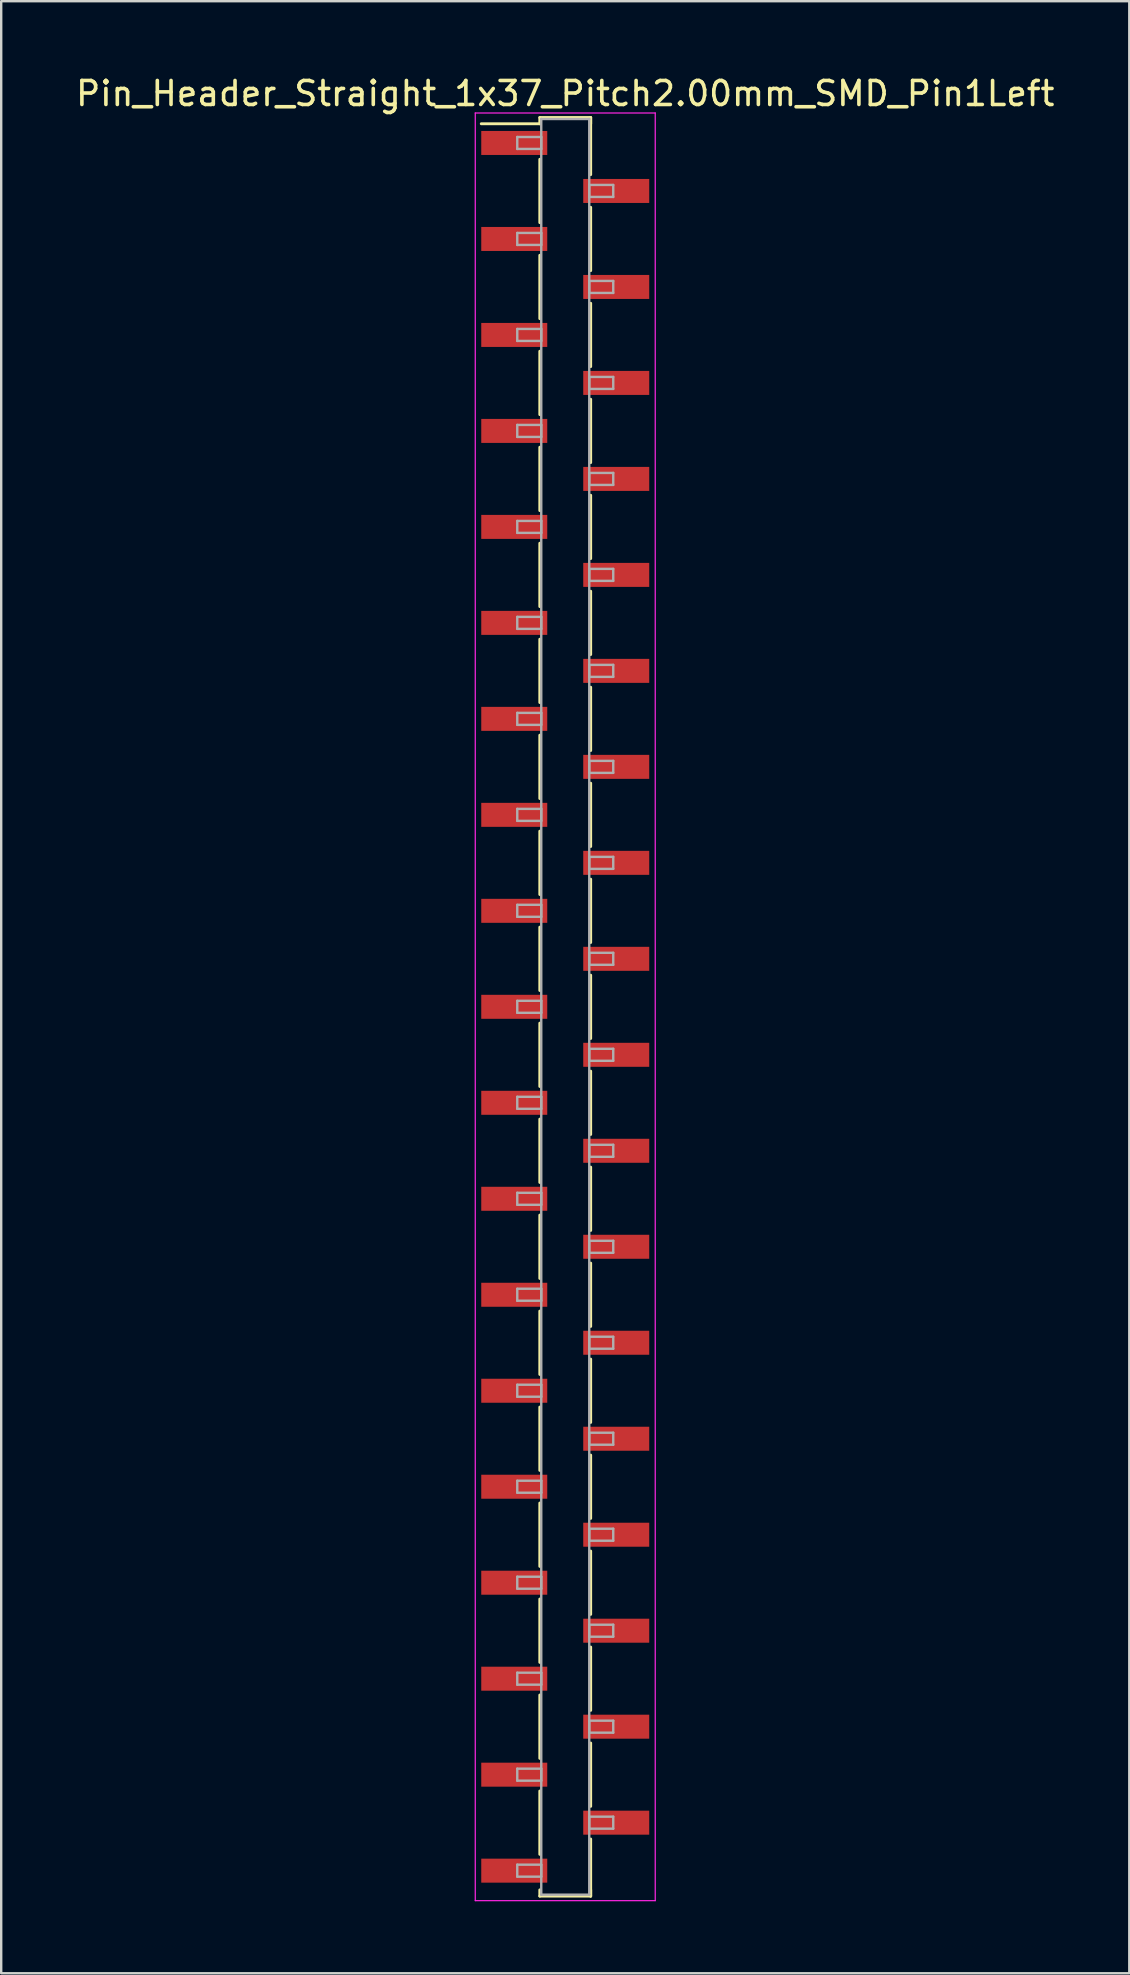
<source format=kicad_pcb>
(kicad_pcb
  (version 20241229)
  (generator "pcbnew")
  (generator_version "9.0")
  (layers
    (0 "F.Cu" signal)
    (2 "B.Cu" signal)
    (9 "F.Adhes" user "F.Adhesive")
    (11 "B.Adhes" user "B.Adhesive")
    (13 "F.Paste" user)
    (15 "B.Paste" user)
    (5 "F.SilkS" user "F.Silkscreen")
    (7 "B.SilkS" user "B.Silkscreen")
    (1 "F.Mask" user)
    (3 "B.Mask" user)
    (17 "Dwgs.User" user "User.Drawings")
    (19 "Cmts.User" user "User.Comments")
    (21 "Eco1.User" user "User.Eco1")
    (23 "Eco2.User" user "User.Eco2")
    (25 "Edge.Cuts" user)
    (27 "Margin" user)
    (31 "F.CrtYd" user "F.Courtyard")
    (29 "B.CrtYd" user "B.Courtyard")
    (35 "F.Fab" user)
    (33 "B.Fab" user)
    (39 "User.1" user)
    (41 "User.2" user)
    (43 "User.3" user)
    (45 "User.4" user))
  (footprint "Pin_Header_Straight_1x37_Pitch2.00mm_SMD_Pin1Left"
    (layer "F.Cu")
    (at 20.506 38.908)
    (property "Reference" "Pin_Header_Straight_1x37_Pitch2.00mm_SMD_Pin1Left" (at 0 -38.06 0) (layer "F.SilkS") (effects (font (size 1 1) (thickness 0.15))))
    (attr smd)
    (fp_line (start -1.06 -37.06) (end 1.06 -37.06) (stroke (width 0.12) (type solid)) (layer "F.SilkS"))
    (fp_line (start -1.06 -36.8) (end -3.5 -36.8) (stroke (width 0.12) (type solid)) (layer "F.SilkS"))
    (fp_line (start -1.06 -36.8) (end -1.06 -37.06) (stroke (width 0.12) (type solid)) (layer "F.SilkS"))
    (fp_line (start -1.06 -35.32) (end -1.06 -32.68) (stroke (width 0.12) (type solid)) (layer "F.SilkS"))
    (fp_line (start -1.06 -31.32) (end -1.06 -28.68) (stroke (width 0.12) (type solid)) (layer "F.SilkS"))
    (fp_line (start -1.06 -27.32) (end -1.06 -24.68) (stroke (width 0.12) (type solid)) (layer "F.SilkS"))
    (fp_line (start -1.06 -23.32) (end -1.06 -20.68) (stroke (width 0.12) (type solid)) (layer "F.SilkS"))
    (fp_line (start -1.06 -19.32) (end -1.06 -16.68) (stroke (width 0.12) (type solid)) (layer "F.SilkS"))
    (fp_line (start -1.06 -15.32) (end -1.06 -12.68) (stroke (width 0.12) (type solid)) (layer "F.SilkS"))
    (fp_line (start -1.06 -11.32) (end -1.06 -8.68) (stroke (width 0.12) (type solid)) (layer "F.SilkS"))
    (fp_line (start -1.06 -7.32) (end -1.06 -4.68) (stroke (width 0.12) (type solid)) (layer "F.SilkS"))
    (fp_line (start -1.06 -3.32) (end -1.06 -0.68) (stroke (width 0.12) (type solid)) (layer "F.SilkS"))
    (fp_line (start -1.06 0.68) (end -1.06 3.32) (stroke (width 0.12) (type solid)) (layer "F.SilkS"))
    (fp_line (start -1.06 4.68) (end -1.06 7.32) (stroke (width 0.12) (type solid)) (layer "F.SilkS"))
    (fp_line (start -1.06 8.68) (end -1.06 11.32) (stroke (width 0.12) (type solid)) (layer "F.SilkS"))
    (fp_line (start -1.06 12.68) (end -1.06 15.32) (stroke (width 0.12) (type solid)) (layer "F.SilkS"))
    (fp_line (start -1.06 16.68) (end -1.06 19.32) (stroke (width 0.12) (type solid)) (layer "F.SilkS"))
    (fp_line (start -1.06 20.68) (end -1.06 23.32) (stroke (width 0.12) (type solid)) (layer "F.SilkS"))
    (fp_line (start -1.06 24.68) (end -1.06 27.32) (stroke (width 0.12) (type solid)) (layer "F.SilkS"))
    (fp_line (start -1.06 28.68) (end -1.06 31.32) (stroke (width 0.12) (type solid)) (layer "F.SilkS"))
    (fp_line (start -1.06 32.68) (end -1.06 35.32) (stroke (width 0.12) (type solid)) (layer "F.SilkS"))
    (fp_line (start -1.06 36.8) (end -1.06 37.06) (stroke (width 0.12) (type solid)) (layer "F.SilkS"))
    (fp_line (start -1.06 37.06) (end 1.06 37.06) (stroke (width 0.12) (type solid)) (layer "F.SilkS"))
    (fp_line (start 1.06 -37.06) (end 1.06 -36.8) (stroke (width 0.12) (type solid)) (layer "F.SilkS"))
    (fp_line (start 1.06 -37.06) (end 1.06 -34.68) (stroke (width 0.12) (type solid)) (layer "F.SilkS"))
    (fp_line (start 1.06 -33.32) (end 1.06 -30.68) (stroke (width 0.12) (type solid)) (layer "F.SilkS"))
    (fp_line (start 1.06 -29.32) (end 1.06 -26.68) (stroke (width 0.12) (type solid)) (layer "F.SilkS"))
    (fp_line (start 1.06 -25.32) (end 1.06 -22.68) (stroke (width 0.12) (type solid)) (layer "F.SilkS"))
    (fp_line (start 1.06 -21.32) (end 1.06 -18.68) (stroke (width 0.12) (type solid)) (layer "F.SilkS"))
    (fp_line (start 1.06 -17.32) (end 1.06 -14.68) (stroke (width 0.12) (type solid)) (layer "F.SilkS"))
    (fp_line (start 1.06 -13.32) (end 1.06 -10.68) (stroke (width 0.12) (type solid)) (layer "F.SilkS"))
    (fp_line (start 1.06 -9.32) (end 1.06 -6.68) (stroke (width 0.12) (type solid)) (layer "F.SilkS"))
    (fp_line (start 1.06 -5.32) (end 1.06 -2.68) (stroke (width 0.12) (type solid)) (layer "F.SilkS"))
    (fp_line (start 1.06 -1.32) (end 1.06 1.32) (stroke (width 0.12) (type solid)) (layer "F.SilkS"))
    (fp_line (start 1.06 2.68) (end 1.06 5.32) (stroke (width 0.12) (type solid)) (layer "F.SilkS"))
    (fp_line (start 1.06 6.68) (end 1.06 9.32) (stroke (width 0.12) (type solid)) (layer "F.SilkS"))
    (fp_line (start 1.06 10.68) (end 1.06 13.32) (stroke (width 0.12) (type solid)) (layer "F.SilkS"))
    (fp_line (start 1.06 14.68) (end 1.06 17.32) (stroke (width 0.12) (type solid)) (layer "F.SilkS"))
    (fp_line (start 1.06 18.68) (end 1.06 21.32) (stroke (width 0.12) (type solid)) (layer "F.SilkS"))
    (fp_line (start 1.06 22.68) (end 1.06 25.32) (stroke (width 0.12) (type solid)) (layer "F.SilkS"))
    (fp_line (start 1.06 26.68) (end 1.06 29.32) (stroke (width 0.12) (type solid)) (layer "F.SilkS"))
    (fp_line (start 1.06 30.68) (end 1.06 33.32) (stroke (width 0.12) (type solid)) (layer "F.SilkS"))
    (fp_line (start 1.06 34.68) (end 1.06 37.06) (stroke (width 0.12) (type solid)) (layer "F.SilkS"))
    (fp_line (start 1.06 37.06) (end 1.06 36.8) (stroke (width 0.12) (type solid)) (layer "F.SilkS"))
    (fp_line (start -3.75 -37.25) (end -3.75 37.25) (stroke (width 0.05) (type solid)) (layer "F.CrtYd"))
    (fp_line (start -3.75 37.25) (end 3.75 37.25) (stroke (width 0.05) (type solid)) (layer "F.CrtYd"))
    (fp_line (start 3.75 -37.25) (end -3.75 -37.25) (stroke (width 0.05) (type solid)) (layer "F.CrtYd"))
    (fp_line (start 3.75 37.25) (end 3.75 -37.25) (stroke (width 0.05) (type solid)) (layer "F.CrtYd"))
    (fp_line (start -2 -36.25) (end -1 -36.25) (stroke (width 0.1) (type solid)) (layer "F.Fab"))
    (fp_line (start -2 -35.75) (end -2 -36.25) (stroke (width 0.1) (type solid)) (layer "F.Fab"))
    (fp_line (start -2 -32.25) (end -1 -32.25) (stroke (width 0.1) (type solid)) (layer "F.Fab"))
    (fp_line (start -2 -31.75) (end -2 -32.25) (stroke (width 0.1) (type solid)) (layer "F.Fab"))
    (fp_line (start -2 -28.25) (end -1 -28.25) (stroke (width 0.1) (type solid)) (layer "F.Fab"))
    (fp_line (start -2 -27.75) (end -2 -28.25) (stroke (width 0.1) (type solid)) (layer "F.Fab"))
    (fp_line (start -2 -24.25) (end -1 -24.25) (stroke (width 0.1) (type solid)) (layer "F.Fab"))
    (fp_line (start -2 -23.75) (end -2 -24.25) (stroke (width 0.1) (type solid)) (layer "F.Fab"))
    (fp_line (start -2 -20.25) (end -1 -20.25) (stroke (width 0.1) (type solid)) (layer "F.Fab"))
    (fp_line (start -2 -19.75) (end -2 -20.25) (stroke (width 0.1) (type solid)) (layer "F.Fab"))
    (fp_line (start -2 -16.25) (end -1 -16.25) (stroke (width 0.1) (type solid)) (layer "F.Fab"))
    (fp_line (start -2 -15.75) (end -2 -16.25) (stroke (width 0.1) (type solid)) (layer "F.Fab"))
    (fp_line (start -2 -12.25) (end -1 -12.25) (stroke (width 0.1) (type solid)) (layer "F.Fab"))
    (fp_line (start -2 -11.75) (end -2 -12.25) (stroke (width 0.1) (type solid)) (layer "F.Fab"))
    (fp_line (start -2 -8.25) (end -1 -8.25) (stroke (width 0.1) (type solid)) (layer "F.Fab"))
    (fp_line (start -2 -7.75) (end -2 -8.25) (stroke (width 0.1) (type solid)) (layer "F.Fab"))
    (fp_line (start -2 -4.25) (end -1 -4.25) (stroke (width 0.1) (type solid)) (layer "F.Fab"))
    (fp_line (start -2 -3.75) (end -2 -4.25) (stroke (width 0.1) (type solid)) (layer "F.Fab"))
    (fp_line (start -2 -0.25) (end -1 -0.25) (stroke (width 0.1) (type solid)) (layer "F.Fab"))
    (fp_line (start -2 0.25) (end -2 -0.25) (stroke (width 0.1) (type solid)) (layer "F.Fab"))
    (fp_line (start -2 3.75) (end -1 3.75) (stroke (width 0.1) (type solid)) (layer "F.Fab"))
    (fp_line (start -2 4.25) (end -2 3.75) (stroke (width 0.1) (type solid)) (layer "F.Fab"))
    (fp_line (start -2 7.75) (end -1 7.75) (stroke (width 0.1) (type solid)) (layer "F.Fab"))
    (fp_line (start -2 8.25) (end -2 7.75) (stroke (width 0.1) (type solid)) (layer "F.Fab"))
    (fp_line (start -2 11.75) (end -1 11.75) (stroke (width 0.1) (type solid)) (layer "F.Fab"))
    (fp_line (start -2 12.25) (end -2 11.75) (stroke (width 0.1) (type solid)) (layer "F.Fab"))
    (fp_line (start -2 15.75) (end -1 15.75) (stroke (width 0.1) (type solid)) (layer "F.Fab"))
    (fp_line (start -2 16.25) (end -2 15.75) (stroke (width 0.1) (type solid)) (layer "F.Fab"))
    (fp_line (start -2 19.75) (end -1 19.75) (stroke (width 0.1) (type solid)) (layer "F.Fab"))
    (fp_line (start -2 20.25) (end -2 19.75) (stroke (width 0.1) (type solid)) (layer "F.Fab"))
    (fp_line (start -2 23.75) (end -1 23.75) (stroke (width 0.1) (type solid)) (layer "F.Fab"))
    (fp_line (start -2 24.25) (end -2 23.75) (stroke (width 0.1) (type solid)) (layer "F.Fab"))
    (fp_line (start -2 27.75) (end -1 27.75) (stroke (width 0.1) (type solid)) (layer "F.Fab"))
    (fp_line (start -2 28.25) (end -2 27.75) (stroke (width 0.1) (type solid)) (layer "F.Fab"))
    (fp_line (start -2 31.75) (end -1 31.75) (stroke (width 0.1) (type solid)) (layer "F.Fab"))
    (fp_line (start -2 32.25) (end -2 31.75) (stroke (width 0.1) (type solid)) (layer "F.Fab"))
    (fp_line (start -2 35.75) (end -1 35.75) (stroke (width 0.1) (type solid)) (layer "F.Fab"))
    (fp_line (start -2 36.25) (end -2 35.75) (stroke (width 0.1) (type solid)) (layer "F.Fab"))
    (fp_line (start -1 -37) (end -1 37) (stroke (width 0.1) (type solid)) (layer "F.Fab"))
    (fp_line (start -1 -36.25) (end -1 -35.75) (stroke (width 0.1) (type solid)) (layer "F.Fab"))
    (fp_line (start -1 -35.75) (end -2 -35.75) (stroke (width 0.1) (type solid)) (layer "F.Fab"))
    (fp_line (start -1 -32.25) (end -1 -31.75) (stroke (width 0.1) (type solid)) (layer "F.Fab"))
    (fp_line (start -1 -31.75) (end -2 -31.75) (stroke (width 0.1) (type solid)) (layer "F.Fab"))
    (fp_line (start -1 -28.25) (end -1 -27.75) (stroke (width 0.1) (type solid)) (layer "F.Fab"))
    (fp_line (start -1 -27.75) (end -2 -27.75) (stroke (width 0.1) (type solid)) (layer "F.Fab"))
    (fp_line (start -1 -24.25) (end -1 -23.75) (stroke (width 0.1) (type solid)) (layer "F.Fab"))
    (fp_line (start -1 -23.75) (end -2 -23.75) (stroke (width 0.1) (type solid)) (layer "F.Fab"))
    (fp_line (start -1 -20.25) (end -1 -19.75) (stroke (width 0.1) (type solid)) (layer "F.Fab"))
    (fp_line (start -1 -19.75) (end -2 -19.75) (stroke (width 0.1) (type solid)) (layer "F.Fab"))
    (fp_line (start -1 -16.25) (end -1 -15.75) (stroke (width 0.1) (type solid)) (layer "F.Fab"))
    (fp_line (start -1 -15.75) (end -2 -15.75) (stroke (width 0.1) (type solid)) (layer "F.Fab"))
    (fp_line (start -1 -12.25) (end -1 -11.75) (stroke (width 0.1) (type solid)) (layer "F.Fab"))
    (fp_line (start -1 -11.75) (end -2 -11.75) (stroke (width 0.1) (type solid)) (layer "F.Fab"))
    (fp_line (start -1 -8.25) (end -1 -7.75) (stroke (width 0.1) (type solid)) (layer "F.Fab"))
    (fp_line (start -1 -7.75) (end -2 -7.75) (stroke (width 0.1) (type solid)) (layer "F.Fab"))
    (fp_line (start -1 -4.25) (end -1 -3.75) (stroke (width 0.1) (type solid)) (layer "F.Fab"))
    (fp_line (start -1 -3.75) (end -2 -3.75) (stroke (width 0.1) (type solid)) (layer "F.Fab"))
    (fp_line (start -1 -0.25) (end -1 0.25) (stroke (width 0.1) (type solid)) (layer "F.Fab"))
    (fp_line (start -1 0.25) (end -2 0.25) (stroke (width 0.1) (type solid)) (layer "F.Fab"))
    (fp_line (start -1 3.75) (end -1 4.25) (stroke (width 0.1) (type solid)) (layer "F.Fab"))
    (fp_line (start -1 4.25) (end -2 4.25) (stroke (width 0.1) (type solid)) (layer "F.Fab"))
    (fp_line (start -1 7.75) (end -1 8.25) (stroke (width 0.1) (type solid)) (layer "F.Fab"))
    (fp_line (start -1 8.25) (end -2 8.25) (stroke (width 0.1) (type solid)) (layer "F.Fab"))
    (fp_line (start -1 11.75) (end -1 12.25) (stroke (width 0.1) (type solid)) (layer "F.Fab"))
    (fp_line (start -1 12.25) (end -2 12.25) (stroke (width 0.1) (type solid)) (layer "F.Fab"))
    (fp_line (start -1 15.75) (end -1 16.25) (stroke (width 0.1) (type solid)) (layer "F.Fab"))
    (fp_line (start -1 16.25) (end -2 16.25) (stroke (width 0.1) (type solid)) (layer "F.Fab"))
    (fp_line (start -1 19.75) (end -1 20.25) (stroke (width 0.1) (type solid)) (layer "F.Fab"))
    (fp_line (start -1 20.25) (end -2 20.25) (stroke (width 0.1) (type solid)) (layer "F.Fab"))
    (fp_line (start -1 23.75) (end -1 24.25) (stroke (width 0.1) (type solid)) (layer "F.Fab"))
    (fp_line (start -1 24.25) (end -2 24.25) (stroke (width 0.1) (type solid)) (layer "F.Fab"))
    (fp_line (start -1 27.75) (end -1 28.25) (stroke (width 0.1) (type solid)) (layer "F.Fab"))
    (fp_line (start -1 28.25) (end -2 28.25) (stroke (width 0.1) (type solid)) (layer "F.Fab"))
    (fp_line (start -1 31.75) (end -1 32.25) (stroke (width 0.1) (type solid)) (layer "F.Fab"))
    (fp_line (start -1 32.25) (end -2 32.25) (stroke (width 0.1) (type solid)) (layer "F.Fab"))
    (fp_line (start -1 35.75) (end -1 36.25) (stroke (width 0.1) (type solid)) (layer "F.Fab"))
    (fp_line (start -1 36.25) (end -2 36.25) (stroke (width 0.1) (type solid)) (layer "F.Fab"))
    (fp_line (start -1 37) (end 1 37) (stroke (width 0.1) (type solid)) (layer "F.Fab"))
    (fp_line (start 1 -37) (end -1 -37) (stroke (width 0.1) (type solid)) (layer "F.Fab"))
    (fp_line (start 1 -34.25) (end 1 -33.75) (stroke (width 0.1) (type solid)) (layer "F.Fab"))
    (fp_line (start 1 -33.75) (end 2 -33.75) (stroke (width 0.1) (type solid)) (layer "F.Fab"))
    (fp_line (start 1 -30.25) (end 1 -29.75) (stroke (width 0.1) (type solid)) (layer "F.Fab"))
    (fp_line (start 1 -29.75) (end 2 -29.75) (stroke (width 0.1) (type solid)) (layer "F.Fab"))
    (fp_line (start 1 -26.25) (end 1 -25.75) (stroke (width 0.1) (type solid)) (layer "F.Fab"))
    (fp_line (start 1 -25.75) (end 2 -25.75) (stroke (width 0.1) (type solid)) (layer "F.Fab"))
    (fp_line (start 1 -22.25) (end 1 -21.75) (stroke (width 0.1) (type solid)) (layer "F.Fab"))
    (fp_line (start 1 -21.75) (end 2 -21.75) (stroke (width 0.1) (type solid)) (layer "F.Fab"))
    (fp_line (start 1 -18.25) (end 1 -17.75) (stroke (width 0.1) (type solid)) (layer "F.Fab"))
    (fp_line (start 1 -17.75) (end 2 -17.75) (stroke (width 0.1) (type solid)) (layer "F.Fab"))
    (fp_line (start 1 -14.25) (end 1 -13.75) (stroke (width 0.1) (type solid)) (layer "F.Fab"))
    (fp_line (start 1 -13.75) (end 2 -13.75) (stroke (width 0.1) (type solid)) (layer "F.Fab"))
    (fp_line (start 1 -10.25) (end 1 -9.75) (stroke (width 0.1) (type solid)) (layer "F.Fab"))
    (fp_line (start 1 -9.75) (end 2 -9.75) (stroke (width 0.1) (type solid)) (layer "F.Fab"))
    (fp_line (start 1 -6.25) (end 1 -5.75) (stroke (width 0.1) (type solid)) (layer "F.Fab"))
    (fp_line (start 1 -5.75) (end 2 -5.75) (stroke (width 0.1) (type solid)) (layer "F.Fab"))
    (fp_line (start 1 -2.25) (end 1 -1.75) (stroke (width 0.1) (type solid)) (layer "F.Fab"))
    (fp_line (start 1 -1.75) (end 2 -1.75) (stroke (width 0.1) (type solid)) (layer "F.Fab"))
    (fp_line (start 1 1.75) (end 1 2.25) (stroke (width 0.1) (type solid)) (layer "F.Fab"))
    (fp_line (start 1 2.25) (end 2 2.25) (stroke (width 0.1) (type solid)) (layer "F.Fab"))
    (fp_line (start 1 5.75) (end 1 6.25) (stroke (width 0.1) (type solid)) (layer "F.Fab"))
    (fp_line (start 1 6.25) (end 2 6.25) (stroke (width 0.1) (type solid)) (layer "F.Fab"))
    (fp_line (start 1 9.75) (end 1 10.25) (stroke (width 0.1) (type solid)) (layer "F.Fab"))
    (fp_line (start 1 10.25) (end 2 10.25) (stroke (width 0.1) (type solid)) (layer "F.Fab"))
    (fp_line (start 1 13.75) (end 1 14.25) (stroke (width 0.1) (type solid)) (layer "F.Fab"))
    (fp_line (start 1 14.25) (end 2 14.25) (stroke (width 0.1) (type solid)) (layer "F.Fab"))
    (fp_line (start 1 17.75) (end 1 18.25) (stroke (width 0.1) (type solid)) (layer "F.Fab"))
    (fp_line (start 1 18.25) (end 2 18.25) (stroke (width 0.1) (type solid)) (layer "F.Fab"))
    (fp_line (start 1 21.75) (end 1 22.25) (stroke (width 0.1) (type solid)) (layer "F.Fab"))
    (fp_line (start 1 22.25) (end 2 22.25) (stroke (width 0.1) (type solid)) (layer "F.Fab"))
    (fp_line (start 1 25.75) (end 1 26.25) (stroke (width 0.1) (type solid)) (layer "F.Fab"))
    (fp_line (start 1 26.25) (end 2 26.25) (stroke (width 0.1) (type solid)) (layer "F.Fab"))
    (fp_line (start 1 29.75) (end 1 30.25) (stroke (width 0.1) (type solid)) (layer "F.Fab"))
    (fp_line (start 1 30.25) (end 2 30.25) (stroke (width 0.1) (type solid)) (layer "F.Fab"))
    (fp_line (start 1 33.75) (end 1 34.25) (stroke (width 0.1) (type solid)) (layer "F.Fab"))
    (fp_line (start 1 34.25) (end 2 34.25) (stroke (width 0.1) (type solid)) (layer "F.Fab"))
    (fp_line (start 1 37) (end 1 -37) (stroke (width 0.1) (type solid)) (layer "F.Fab"))
    (fp_line (start 2 -34.25) (end 1 -34.25) (stroke (width 0.1) (type solid)) (layer "F.Fab"))
    (fp_line (start 2 -33.75) (end 2 -34.25) (stroke (width 0.1) (type solid)) (layer "F.Fab"))
    (fp_line (start 2 -30.25) (end 1 -30.25) (stroke (width 0.1) (type solid)) (layer "F.Fab"))
    (fp_line (start 2 -29.75) (end 2 -30.25) (stroke (width 0.1) (type solid)) (layer "F.Fab"))
    (fp_line (start 2 -26.25) (end 1 -26.25) (stroke (width 0.1) (type solid)) (layer "F.Fab"))
    (fp_line (start 2 -25.75) (end 2 -26.25) (stroke (width 0.1) (type solid)) (layer "F.Fab"))
    (fp_line (start 2 -22.25) (end 1 -22.25) (stroke (width 0.1) (type solid)) (layer "F.Fab"))
    (fp_line (start 2 -21.75) (end 2 -22.25) (stroke (width 0.1) (type solid)) (layer "F.Fab"))
    (fp_line (start 2 -18.25) (end 1 -18.25) (stroke (width 0.1) (type solid)) (layer "F.Fab"))
    (fp_line (start 2 -17.75) (end 2 -18.25) (stroke (width 0.1) (type solid)) (layer "F.Fab"))
    (fp_line (start 2 -14.25) (end 1 -14.25) (stroke (width 0.1) (type solid)) (layer "F.Fab"))
    (fp_line (start 2 -13.75) (end 2 -14.25) (stroke (width 0.1) (type solid)) (layer "F.Fab"))
    (fp_line (start 2 -10.25) (end 1 -10.25) (stroke (width 0.1) (type solid)) (layer "F.Fab"))
    (fp_line (start 2 -9.75) (end 2 -10.25) (stroke (width 0.1) (type solid)) (layer "F.Fab"))
    (fp_line (start 2 -6.25) (end 1 -6.25) (stroke (width 0.1) (type solid)) (layer "F.Fab"))
    (fp_line (start 2 -5.75) (end 2 -6.25) (stroke (width 0.1) (type solid)) (layer "F.Fab"))
    (fp_line (start 2 -2.25) (end 1 -2.25) (stroke (width 0.1) (type solid)) (layer "F.Fab"))
    (fp_line (start 2 -1.75) (end 2 -2.25) (stroke (width 0.1) (type solid)) (layer "F.Fab"))
    (fp_line (start 2 1.75) (end 1 1.75) (stroke (width 0.1) (type solid)) (layer "F.Fab"))
    (fp_line (start 2 2.25) (end 2 1.75) (stroke (width 0.1) (type solid)) (layer "F.Fab"))
    (fp_line (start 2 5.75) (end 1 5.75) (stroke (width 0.1) (type solid)) (layer "F.Fab"))
    (fp_line (start 2 6.25) (end 2 5.75) (stroke (width 0.1) (type solid)) (layer "F.Fab"))
    (fp_line (start 2 9.75) (end 1 9.75) (stroke (width 0.1) (type solid)) (layer "F.Fab"))
    (fp_line (start 2 10.25) (end 2 9.75) (stroke (width 0.1) (type solid)) (layer "F.Fab"))
    (fp_line (start 2 13.75) (end 1 13.75) (stroke (width 0.1) (type solid)) (layer "F.Fab"))
    (fp_line (start 2 14.25) (end 2 13.75) (stroke (width 0.1) (type solid)) (layer "F.Fab"))
    (fp_line (start 2 17.75) (end 1 17.75) (stroke (width 0.1) (type solid)) (layer "F.Fab"))
    (fp_line (start 2 18.25) (end 2 17.75) (stroke (width 0.1) (type solid)) (layer "F.Fab"))
    (fp_line (start 2 21.75) (end 1 21.75) (stroke (width 0.1) (type solid)) (layer "F.Fab"))
    (fp_line (start 2 22.25) (end 2 21.75) (stroke (width 0.1) (type solid)) (layer "F.Fab"))
    (fp_line (start 2 25.75) (end 1 25.75) (stroke (width 0.1) (type solid)) (layer "F.Fab"))
    (fp_line (start 2 26.25) (end 2 25.75) (stroke (width 0.1) (type solid)) (layer "F.Fab"))
    (fp_line (start 2 29.75) (end 1 29.75) (stroke (width 0.1) (type solid)) (layer "F.Fab"))
    (fp_line (start 2 30.25) (end 2 29.75) (stroke (width 0.1) (type solid)) (layer "F.Fab"))
    (fp_line (start 2 33.75) (end 1 33.75) (stroke (width 0.1) (type solid)) (layer "F.Fab"))
    (fp_line (start 2 34.25) (end 2 33.75) (stroke (width 0.1) (type solid)) (layer "F.Fab"))
    (pad "1" smd rect (at -2.125 -36) (size 2.75 1) (layers "F.Cu" "F.Mask"))
    (pad "2" smd rect (at 2.125 -34) (size 2.75 1) (layers "F.Cu" "F.Mask"))
    (pad "3" smd rect (at -2.125 -32) (size 2.75 1) (layers "F.Cu" "F.Mask"))
    (pad "4" smd rect (at 2.125 -30) (size 2.75 1) (layers "F.Cu" "F.Mask"))
    (pad "5" smd rect (at -2.125 -28) (size 2.75 1) (layers "F.Cu" "F.Mask"))
    (pad "6" smd rect (at 2.125 -26) (size 2.75 1) (layers "F.Cu" "F.Mask"))
    (pad "7" smd rect (at -2.125 -24) (size 2.75 1) (layers "F.Cu" "F.Mask"))
    (pad "8" smd rect (at 2.125 -22) (size 2.75 1) (layers "F.Cu" "F.Mask"))
    (pad "9" smd rect (at -2.125 -20) (size 2.75 1) (layers "F.Cu" "F.Mask"))
    (pad "10" smd rect (at 2.125 -18) (size 2.75 1) (layers "F.Cu" "F.Mask"))
    (pad "11" smd rect (at -2.125 -16) (size 2.75 1) (layers "F.Cu" "F.Mask"))
    (pad "12" smd rect (at 2.125 -14) (size 2.75 1) (layers "F.Cu" "F.Mask"))
    (pad "13" smd rect (at -2.125 -12) (size 2.75 1) (layers "F.Cu" "F.Mask"))
    (pad "14" smd rect (at 2.125 -10) (size 2.75 1) (layers "F.Cu" "F.Mask"))
    (pad "15" smd rect (at -2.125 -8) (size 2.75 1) (layers "F.Cu" "F.Mask"))
    (pad "16" smd rect (at 2.125 -6) (size 2.75 1) (layers "F.Cu" "F.Mask"))
    (pad "17" smd rect (at -2.125 -4) (size 2.75 1) (layers "F.Cu" "F.Mask"))
    (pad "18" smd rect (at 2.125 -2) (size 2.75 1) (layers "F.Cu" "F.Mask"))
    (pad "19" smd rect (at -2.125 0) (size 2.75 1) (layers "F.Cu" "F.Mask"))
    (pad "20" smd rect (at 2.125 2) (size 2.75 1) (layers "F.Cu" "F.Mask"))
    (pad "21" smd rect (at -2.125 4) (size 2.75 1) (layers "F.Cu" "F.Mask"))
    (pad "22" smd rect (at 2.125 6) (size 2.75 1) (layers "F.Cu" "F.Mask"))
    (pad "23" smd rect (at -2.125 8) (size 2.75 1) (layers "F.Cu" "F.Mask"))
    (pad "24" smd rect (at 2.125 10) (size 2.75 1) (layers "F.Cu" "F.Mask"))
    (pad "25" smd rect (at -2.125 12) (size 2.75 1) (layers "F.Cu" "F.Mask"))
    (pad "26" smd rect (at 2.125 14) (size 2.75 1) (layers "F.Cu" "F.Mask"))
    (pad "27" smd rect (at -2.125 16) (size 2.75 1) (layers "F.Cu" "F.Mask"))
    (pad "28" smd rect (at 2.125 18) (size 2.75 1) (layers "F.Cu" "F.Mask"))
    (pad "29" smd rect (at -2.125 20) (size 2.75 1) (layers "F.Cu" "F.Mask"))
    (pad "30" smd rect (at 2.125 22) (size 2.75 1) (layers "F.Cu" "F.Mask"))
    (pad "31" smd rect (at -2.125 24) (size 2.75 1) (layers "F.Cu" "F.Mask"))
    (pad "32" smd rect (at 2.125 26) (size 2.75 1) (layers "F.Cu" "F.Mask"))
    (pad "33" smd rect (at -2.125 28) (size 2.75 1) (layers "F.Cu" "F.Mask"))
    (pad "34" smd rect (at 2.125 30) (size 2.75 1) (layers "F.Cu" "F.Mask"))
    (pad "35" smd rect (at -2.125 32) (size 2.75 1) (layers "F.Cu" "F.Mask"))
    (pad "36" smd rect (at 2.125 34) (size 2.75 1) (layers "F.Cu" "F.Mask"))
    (pad "37" smd rect (at -2.125 36) (size 2.75 1) (layers "F.Cu" "F.Mask")))
  (gr_rect
    (start -3 -3)
    (end 44.012 79.183)
    (stroke (width 0.1) (type default))
    (fill no)
    (layer "Edge.Cuts")))
</source>
